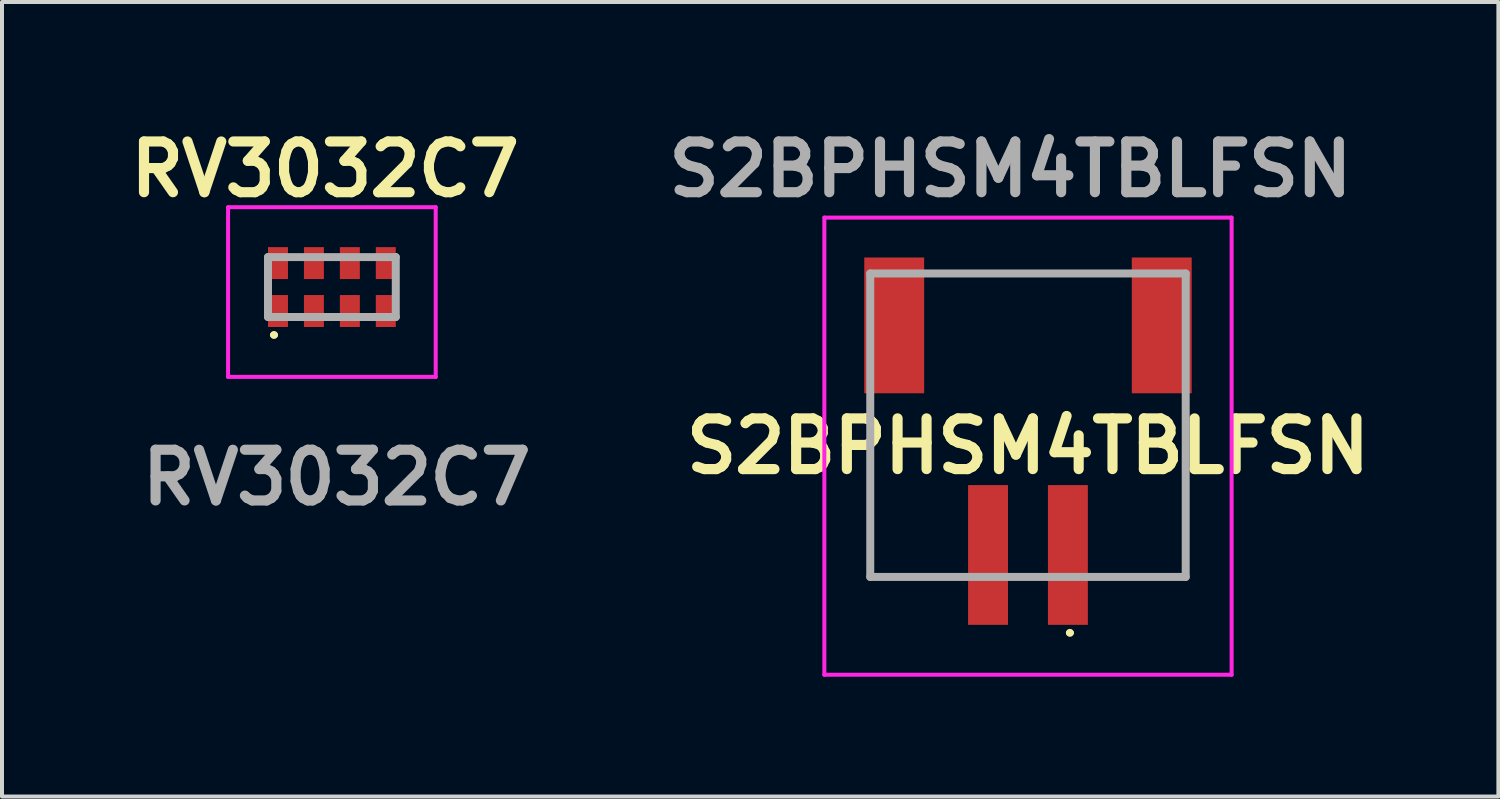
<source format=kicad_pcb>
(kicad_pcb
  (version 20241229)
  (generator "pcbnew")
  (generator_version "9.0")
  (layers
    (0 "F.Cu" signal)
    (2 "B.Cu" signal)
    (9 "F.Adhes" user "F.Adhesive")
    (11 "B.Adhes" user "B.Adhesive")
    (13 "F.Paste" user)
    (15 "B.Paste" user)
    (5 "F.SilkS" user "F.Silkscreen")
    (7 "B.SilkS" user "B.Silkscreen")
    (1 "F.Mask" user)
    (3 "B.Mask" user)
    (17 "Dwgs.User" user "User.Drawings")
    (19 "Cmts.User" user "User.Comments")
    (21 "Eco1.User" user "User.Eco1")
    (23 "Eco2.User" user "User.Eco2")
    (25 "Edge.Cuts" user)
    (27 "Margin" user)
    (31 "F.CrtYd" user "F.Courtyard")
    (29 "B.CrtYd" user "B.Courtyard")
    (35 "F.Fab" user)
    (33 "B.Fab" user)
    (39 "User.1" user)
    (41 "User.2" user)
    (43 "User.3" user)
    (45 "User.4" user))
  (footprint "S2BPHSM4TBLFSN"
    (layer "F.Cu")
    (at 22.695 7.599)
    (property "Reference" "S2BPHSM4TBLFSN" (at 0 0.525 0) (layer "F.SilkS") (effects (font (size 1.27 1.27) (thickness 0.254))))
    (attr smd)
    (fp_line (start -3.95 3.8) (end -3.95 -0.4) (stroke (width 0.1) (type solid)) (layer "F.SilkS"))
    (fp_line (start -2 3.8) (end -3.95 3.8) (stroke (width 0.1) (type solid)) (layer "F.SilkS"))
    (fp_line (start 1 5.2) (end 1 5.2) (stroke (width 0.1) (type solid)) (layer "F.SilkS"))
    (fp_line (start 1.1 5.2) (end 1.1 5.2) (stroke (width 0.1) (type solid)) (layer "F.SilkS"))
    (fp_line (start 2.2 -3.8) (end -2 -3.8) (stroke (width 0.1) (type solid)) (layer "F.SilkS"))
    (fp_line (start 3.95 -0.4) (end 3.95 3.8) (stroke (width 0.1) (type solid)) (layer "F.SilkS"))
    (fp_line (start 3.95 3.8) (end 2 3.8) (stroke (width 0.1) (type solid)) (layer "F.SilkS"))
    (fp_arc (start 1 5.2) (mid 1.05 5.15) (end 1.1 5.2) (stroke (width 0.1) (type solid)) (layer "F.SilkS"))
    (fp_arc (start 1.1 5.2) (mid 1.05 5.25) (end 1 5.2) (stroke (width 0.1) (type solid)) (layer "F.SilkS"))
    (fp_line (start -5.1 -5.2) (end -5.1 6.25) (stroke (width 0.1) (type solid)) (layer "F.CrtYd"))
    (fp_line (start -5.1 6.25) (end 5.1 6.25) (stroke (width 0.1) (type solid)) (layer "F.CrtYd"))
    (fp_line (start 5.1 -5.2) (end -5.1 -5.2) (stroke (width 0.1) (type solid)) (layer "F.CrtYd"))
    (fp_line (start 5.1 6.25) (end 5.1 -5.2) (stroke (width 0.1) (type solid)) (layer "F.CrtYd"))
    (fp_line (start -3.95 -3.8) (end -3.95 3.8) (stroke (width 0.2) (type solid)) (layer "F.Fab"))
    (fp_line (start -3.95 3.8) (end 3.95 3.8) (stroke (width 0.2) (type solid)) (layer "F.Fab"))
    (fp_line (start 3.95 -3.8) (end -3.95 -3.8) (stroke (width 0.2) (type solid)) (layer "F.Fab"))
    (fp_line (start 3.95 3.8) (end 3.95 -3.8) (stroke (width 0.2) (type solid)) (layer "F.Fab"))
    (fp_text user "${REFERENCE}" (at -0.44 -6.41 0) (layer "F.Fab") (effects (font (size 1.27 1.27) (thickness 0.254))))
    (pad "1" smd rect (at 1 3.25) (size 1 3.5) (layers "F.Cu" "F.Mask" "F.Paste"))
    (pad "2" smd rect (at -1 3.25) (size 1 3.5) (layers "F.Cu" "F.Mask" "F.Paste"))
    (pad "MP1" smd rect (at 3.35 -2.5) (size 1.5 3.4) (layers "F.Cu" "F.Mask" "F.Paste"))
    (pad "MP2" smd rect (at -3.35 -2.5) (size 1.5 3.4) (layers "F.Cu" "F.Mask" "F.Paste")))
  (footprint "RV3032C7"
    (layer "F.Cu")
    (at 5.262 4.139)
    (property "Reference" "RV3032C7" (at -0.17 -2.95 0) (layer "F.SilkS") (effects (font (size 1.27 1.27) (thickness 0.254))))
    (attr smd)
    (fp_line (start -1.5 1.2) (end -1.5 1.2) (stroke (width 0.1) (type solid)) (layer "F.SilkS"))
    (fp_line (start -1.4 1.2) (end -1.4 1.2) (stroke (width 0.1) (type solid)) (layer "F.SilkS"))
    (fp_arc (start -1.5 1.2) (mid -1.45 1.15) (end -1.4 1.2) (stroke (width 0.1) (type solid)) (layer "F.SilkS"))
    (fp_arc (start -1.4 1.2) (mid -1.45 1.25) (end -1.5 1.2) (stroke (width 0.1) (type solid)) (layer "F.SilkS"))
    (fp_line (start -2.6 -2) (end 2.6 -2) (stroke (width 0.1) (type solid)) (layer "F.CrtYd"))
    (fp_line (start -2.6 2.25) (end -2.6 -2) (stroke (width 0.1) (type solid)) (layer "F.CrtYd"))
    (fp_line (start 2.6 -2) (end 2.6 2.25) (stroke (width 0.1) (type solid)) (layer "F.CrtYd"))
    (fp_line (start 2.6 2.25) (end -2.6 2.25) (stroke (width 0.1) (type solid)) (layer "F.CrtYd"))
    (fp_line (start -1.6 -0.75) (end 1.6 -0.75) (stroke (width 0.2) (type solid)) (layer "F.Fab"))
    (fp_line (start -1.6 0.75) (end -1.6 -0.75) (stroke (width 0.2) (type solid)) (layer "F.Fab"))
    (fp_line (start 1.6 -0.75) (end 1.6 0.75) (stroke (width 0.2) (type solid)) (layer "F.Fab"))
    (fp_line (start 1.6 0.75) (end -1.6 0.75) (stroke (width 0.2) (type solid)) (layer "F.Fab"))
    (fp_text user "${REFERENCE}" (at 0.12 4.77 0) (layer "F.Fab") (effects (font (size 1.27 1.27) (thickness 0.254))))
    (pad "1" smd rect (at -1.35 0.6) (size 0.5 0.8) (layers "F.Cu" "F.Mask" "F.Paste"))
    (pad "2" smd rect (at -0.45 0.6) (size 0.5 0.8) (layers "F.Cu" "F.Mask" "F.Paste"))
    (pad "3" smd rect (at 0.45 0.6) (size 0.5 0.8) (layers "F.Cu" "F.Mask" "F.Paste"))
    (pad "4" smd rect (at 1.35 0.6) (size 0.5 0.8) (layers "F.Cu" "F.Mask" "F.Paste"))
    (pad "5" smd rect (at 1.35 -0.6) (size 0.5 0.8) (layers "F.Cu" "F.Mask" "F.Paste"))
    (pad "6" smd rect (at 0.45 -0.6) (size 0.5 0.8) (layers "F.Cu" "F.Mask" "F.Paste"))
    (pad "7" smd rect (at -0.45 -0.6) (size 0.5 0.8) (layers "F.Cu" "F.Mask" "F.Paste"))
    (pad "8" smd rect (at -1.35 -0.6) (size 0.5 0.8) (layers "F.Cu" "F.Mask" "F.Paste")))
  (gr_rect
    (start -3 -3)
    (end 34.476 16.899)
    (stroke (width 0.1) (type default))
    (fill no)
    (layer "Edge.Cuts")))
</source>
